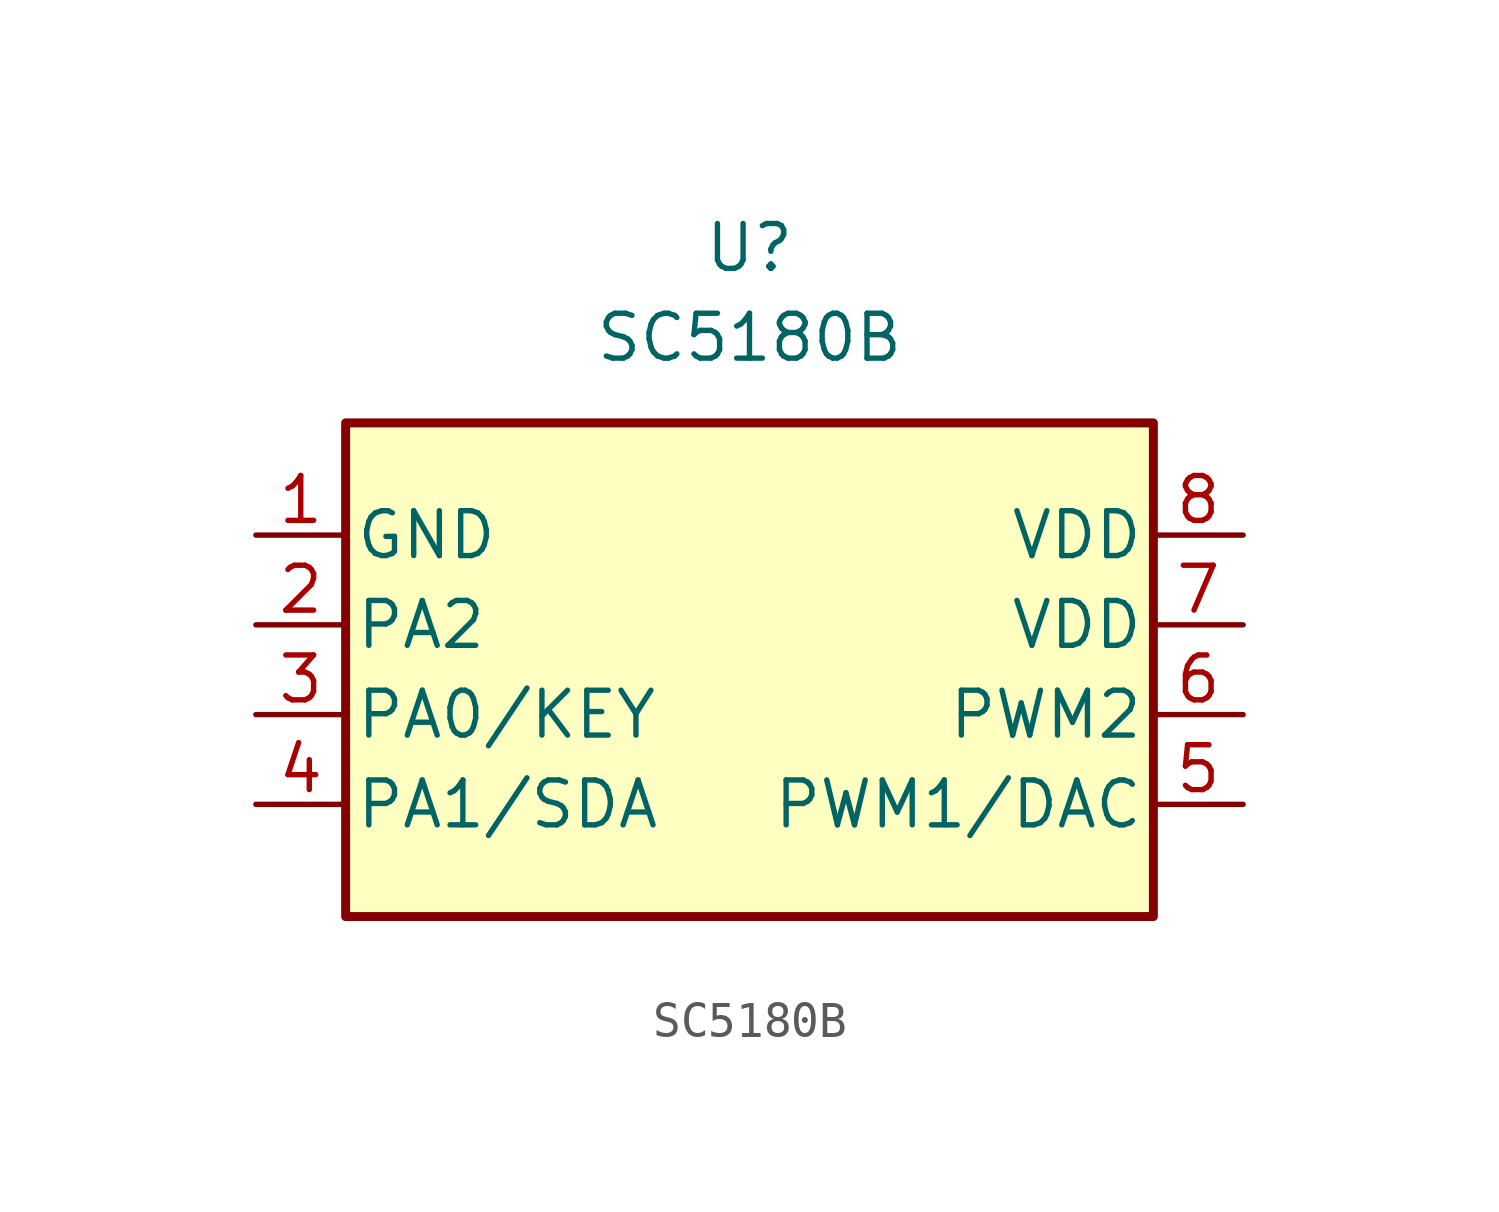
<source format=kicad_sym>
(kicad_symbol_lib
  (version 20241209)
  (generator "kicad_symbol_editor")
  (generator_version "9.0")
  (symbol "SC5180B"
    (pin_names
      (offset 0.254))
    (property "Reference" "U"
      (at 0 11.938 0)
      (effects (font (size 1.27 1.27))))
    (property "Value" "SC5180B"
      (at 0 9.398 0)
      (effects (font (size 1.27 1.27))))
    (symbol "SC5180B_0_1"
      (rectangle (start -11.43 6.985) (end 11.43 -6.985) (stroke (width 0.254) (type default)) (fill (type background))))
    (symbol "SC5180B_1_1"
      (pin power_in line (at -13.97 3.81 0) (length 2.54) (name "GND" (effects (font (size 1.27 1.27)))) (number "1" (effects (font (size 1.27 1.27)))))
      (pin bidirectional line (at -13.97 1.27 0) (length 2.54) (name "PA2" (effects (font (size 1.27 1.27)))) (number "2" (effects (font (size 1.27 1.27)))))
      (pin bidirectional line (at -13.97 -1.27 0) (length 2.54) (name "PA0/KEY" (effects (font (size 1.27 1.27)))) (number "3" (effects (font (size 1.27 1.27)))))
      (pin bidirectional line (at -13.97 -3.81 0) (length 2.54) (name "PA1/SDA" (effects (font (size 1.27 1.27)))) (number "4" (effects (font (size 1.27 1.27)))))
      (pin bidirectional line (at 13.97 3.81 180) (length 2.54) (name "VDD" (effects (font (size 1.27 1.27)))) (number "8" (effects (font (size 1.27 1.27)))))
      (pin bidirectional line (at 13.97 1.27 180) (length 2.54) (name "VDD" (effects (font (size 1.27 1.27)))) (number "7" (effects (font (size 1.27 1.27)))))
      (pin bidirectional line (at 13.97 -1.27 180) (length 2.54) (name "PWM2" (effects (font (size 1.27 1.27)))) (number "6" (effects (font (size 1.27 1.27)))))
      (pin power_in line (at 13.97 -3.81 180) (length 2.54) (name "PWM1/DAC" (effects (font (size 1.27 1.27)))) (number "5" (effects (font (size 1.27 1.27))))))))
</source>
